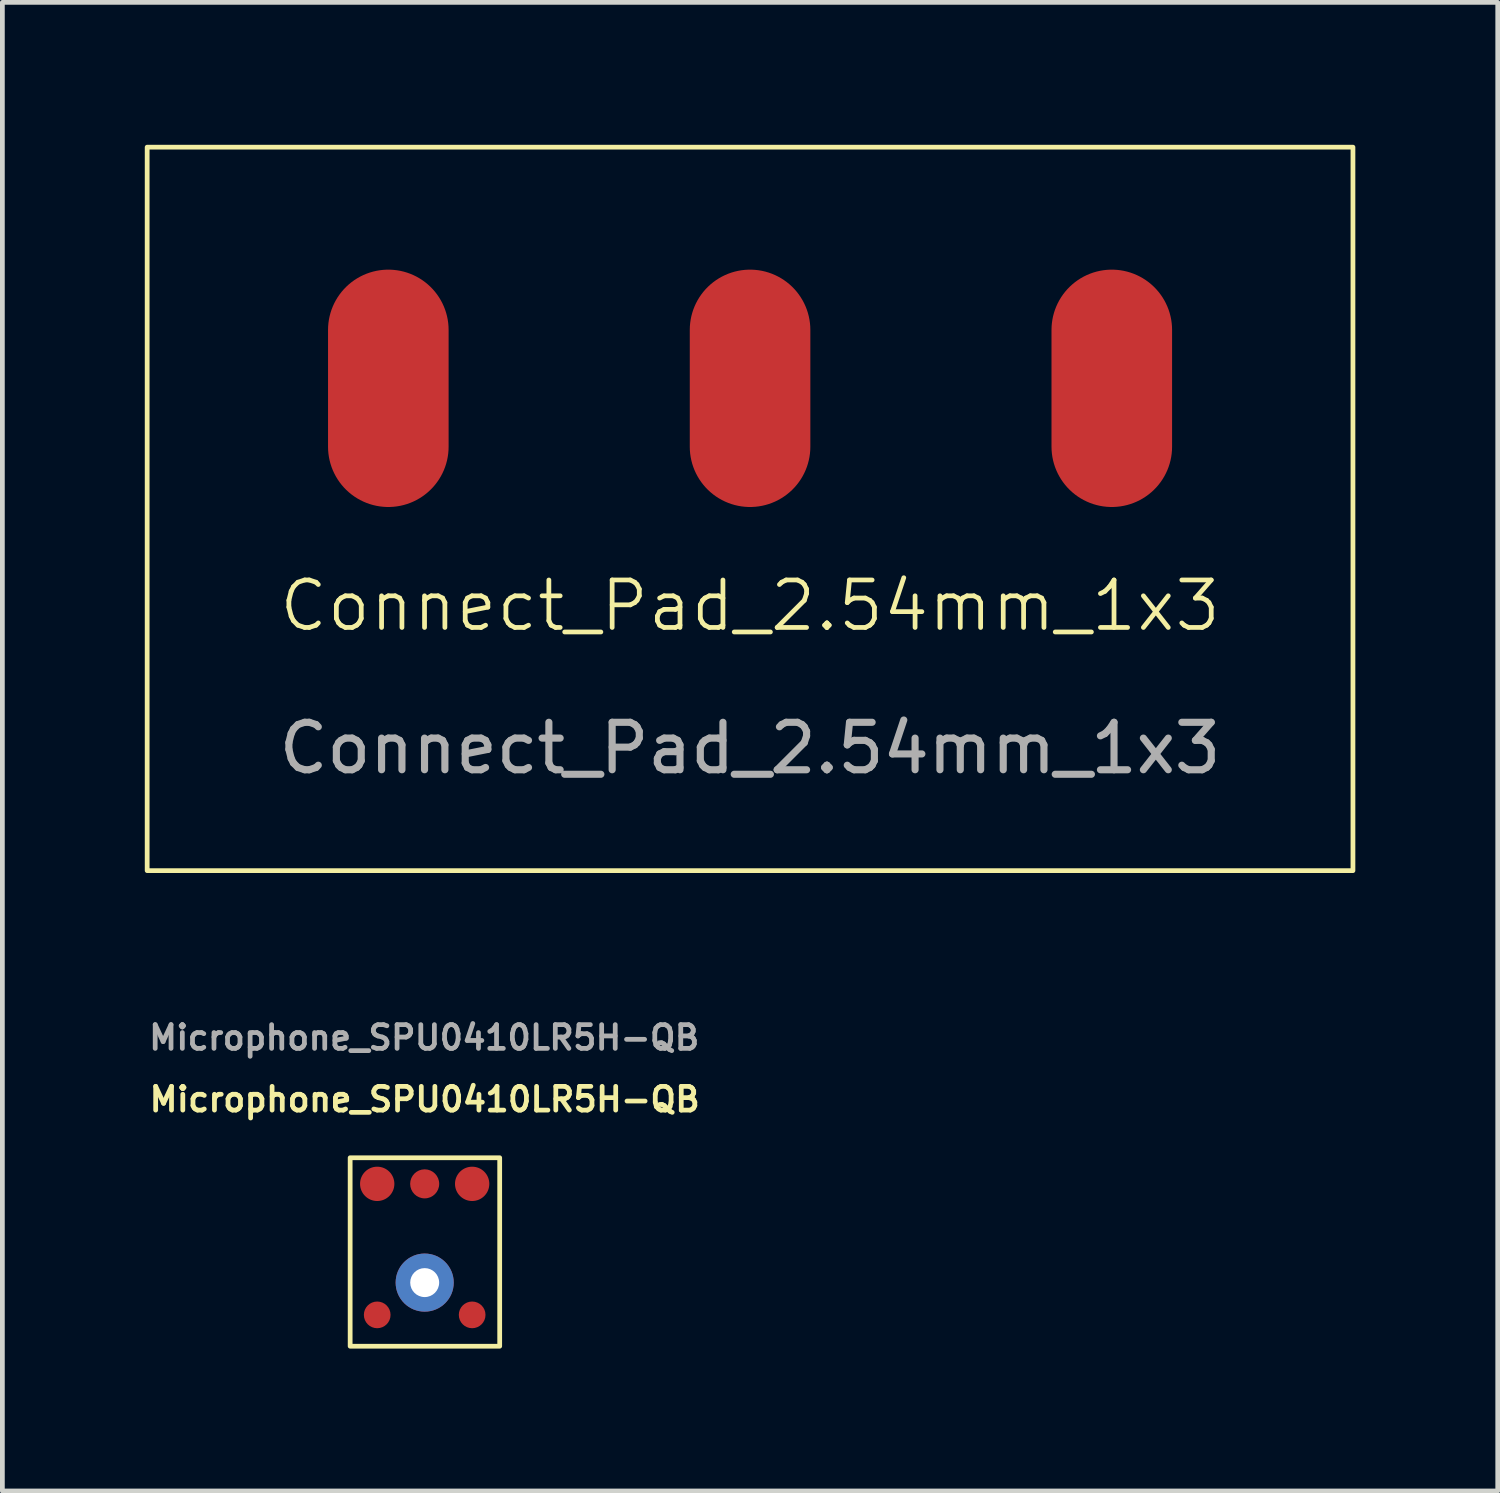
<source format=kicad_pcb>
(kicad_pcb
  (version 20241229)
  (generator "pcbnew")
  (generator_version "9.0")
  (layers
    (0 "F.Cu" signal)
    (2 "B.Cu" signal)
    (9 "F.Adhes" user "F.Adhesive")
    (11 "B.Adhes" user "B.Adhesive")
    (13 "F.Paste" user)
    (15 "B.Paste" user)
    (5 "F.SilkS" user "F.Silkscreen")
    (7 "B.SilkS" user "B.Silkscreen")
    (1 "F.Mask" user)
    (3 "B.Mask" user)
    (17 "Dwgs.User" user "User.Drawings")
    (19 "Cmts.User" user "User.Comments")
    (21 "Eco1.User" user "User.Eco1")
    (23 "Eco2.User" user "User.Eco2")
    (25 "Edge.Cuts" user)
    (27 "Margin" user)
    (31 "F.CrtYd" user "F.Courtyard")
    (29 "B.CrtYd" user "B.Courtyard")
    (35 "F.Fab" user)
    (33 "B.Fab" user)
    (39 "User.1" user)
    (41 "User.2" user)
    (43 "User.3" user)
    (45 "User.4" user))
  (footprint "Connect_Pad_2.54mm_1x3"
    (layer "F.Cu")
    (at 12.75 10.21)
    (property "Reference" "Connect_Pad_2.54mm_1x3" (at 0 -0.5 0) (unlocked yes) (layer "F.SilkS") (effects (font (size 1 1) (thickness 0.1))))
    (attr smd)
    (fp_rect (start -12.7 -10.16) (end 12.7 5.08) (stroke (width 0.1) (type default)) (fill no) (layer "F.SilkS"))
    (fp_text user "${REFERENCE}" (at 0 2.5 0) (unlocked yes) (layer "F.Fab") (effects (font (size 1 1) (thickness 0.15))))
    (pad "1" smd oval (at -7.62 -5.08) (size 2.54 5) (layers "F.Cu" "F.Mask" "F.Paste"))
    (pad "2" smd oval (at 0 -5.08) (size 2.54 5) (layers "F.Cu" "F.Mask" "F.Paste"))
    (pad "3" smd oval (at 7.62 -5.08) (size 2.54 5) (layers "F.Cu" "F.Mask" "F.Paste")))
  (footprint "Microphone_SPU0410LR5H-QB"
    (layer "F.Cu")
    (at 5.896 22.648)
    (property "Reference" "Microphone_SPU0410LR5H-QB" (at 0 -2.54 0) (unlocked yes) (layer "F.SilkS") (effects (font (size 0.5 0.5) (thickness 0.1))))
    (attr smd)
    (fp_rect (start -1.57 -1.31) (end 1.58 2.66) (stroke (width 0.1) (type default)) (fill no) (layer "F.SilkS"))
    (fp_text user "${REFERENCE}" (at -0.01 -3.84 0) (unlocked yes) (layer "F.Fab") (effects (font (size 0.5 0.5) (thickness 0.1) (bold yes))))
    (pad "1" smd circle (at 1 -0.76) (size 0.723 0.723) (layers "F.Cu" "F.Mask" "F.Paste"))
    (pad "2" smd circle (at -1 -0.76) (size 0.723 0.723) (layers "F.Cu" "F.Mask" "F.Paste"))
    (pad "3" smd circle (at -1 2) (size 0.562 0.562) (layers "F.Cu" "F.Mask" "F.Paste"))
    (pad "3" smd circle (at 0 -0.76) (size 0.612 0.612) (layers "F.Cu" "F.Mask" "F.Paste"))
    (pad "3" thru_hole circle (at 0 1.32) (size 1.224 1.224) (drill 0.61) (layers "*.Cu" "*.Mask") (remove_unused_layers yes) (keep_end_layers yes) (zone_layer_connections))
    (pad "3" smd circle (at 1 2) (size 0.562 0.562) (layers "F.Cu" "F.Mask" "F.Paste")))
  (gr_rect
    (start -3 -3)
    (end 28.5 28.358)
    (stroke (width 0.1) (type default))
    (fill no)
    (layer "Edge.Cuts")))
</source>
